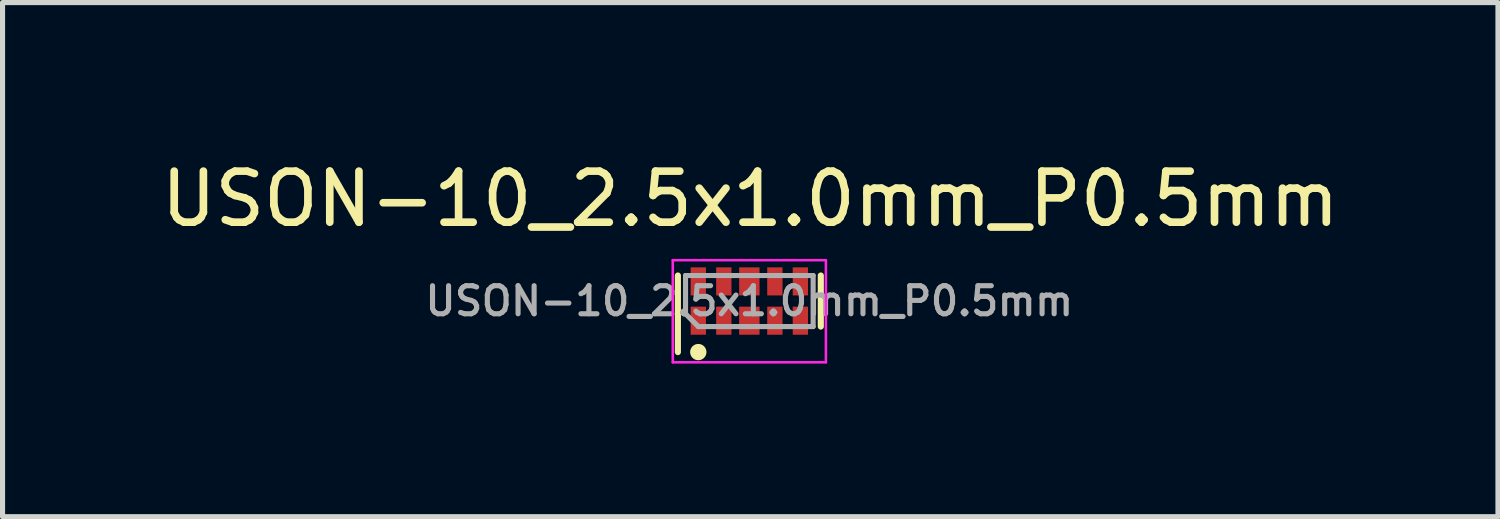
<source format=kicad_pcb>
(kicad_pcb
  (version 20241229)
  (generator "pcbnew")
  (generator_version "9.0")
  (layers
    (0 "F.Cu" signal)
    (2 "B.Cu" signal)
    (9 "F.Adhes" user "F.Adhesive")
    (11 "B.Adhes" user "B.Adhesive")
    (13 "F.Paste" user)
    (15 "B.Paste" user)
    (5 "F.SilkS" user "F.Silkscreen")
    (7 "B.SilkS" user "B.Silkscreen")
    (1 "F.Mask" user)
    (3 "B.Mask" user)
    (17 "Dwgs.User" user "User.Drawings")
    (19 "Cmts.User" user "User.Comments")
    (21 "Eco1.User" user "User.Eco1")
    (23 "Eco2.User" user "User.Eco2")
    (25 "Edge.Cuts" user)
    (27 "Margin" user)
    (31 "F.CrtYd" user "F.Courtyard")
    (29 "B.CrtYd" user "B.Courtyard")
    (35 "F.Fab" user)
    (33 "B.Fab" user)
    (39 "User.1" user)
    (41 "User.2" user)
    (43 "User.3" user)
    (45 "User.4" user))
  (footprint "USON-10_2.5x1.0mm_P0.5mm"
    (layer "F.Cu")
    (at 11.631 2.848)
    (property "Reference" "USON-10_2.5x1.0mm_P0.5mm" (at 0.018 -2 0) (layer "F.SilkS") (effects (font (size 1 1) (thickness 0.15))))
    (attr smd)
    (fp_line (start -1.4 -0.5) (end -1.4 1) (stroke (width 0.12) (type solid)) (layer "F.SilkS"))
    (fp_line (start 1.4 -0.5) (end 1.4 0.5) (stroke (width 0.12) (type solid)) (layer "F.SilkS"))
    (fp_circle (center -1 1) (end -1 0.9) (stroke (width 0.12) (type solid)) (fill yes) (layer "F.SilkS"))
    (fp_line (start -1.5 -0.8) (end 1.5 -0.8) (stroke (width 0.05) (type solid)) (layer "F.CrtYd"))
    (fp_line (start -1.5 1.2) (end -1.5 -0.8) (stroke (width 0.05) (type solid)) (layer "F.CrtYd"))
    (fp_line (start 1.5 -0.8) (end 1.5 1.2) (stroke (width 0.05) (type solid)) (layer "F.CrtYd"))
    (fp_line (start 1.5 1.2) (end -1.5 1.2) (stroke (width 0.05) (type solid)) (layer "F.CrtYd"))
    (fp_line (start -1.25 -0.5) (end -1.25 0.25) (stroke (width 0.1) (type solid)) (layer "F.Fab"))
    (fp_line (start -1.25 -0.5) (end 1.25 -0.5) (stroke (width 0.1) (type solid)) (layer "F.Fab"))
    (fp_line (start -1.25 0.25) (end -1 0.5) (stroke (width 0.1) (type solid)) (layer "F.Fab"))
    (fp_line (start -1 0.5) (end 1.25 0.5) (stroke (width 0.1) (type solid)) (layer "F.Fab"))
    (fp_line (start 1.25 0.5) (end 1.25 -0.5) (stroke (width 0.1) (type solid)) (layer "F.Fab"))
    (fp_text user "${REFERENCE}" (at 0 0 180) (layer "F.Fab") (effects (font (size 0.55 0.55) (thickness 0.1))))
    (pad "1" smd rect (at -1 0.385) (size 0.3 0.55) (layers "F.Cu" "F.Mask" "F.Paste"))
    (pad "2" smd rect (at -0.5 0.385) (size 0.3 0.55) (layers "F.Cu" "F.Mask" "F.Paste"))
    (pad "3" smd rect (at 0 0.385) (size 0.4 0.55) (layers "F.Cu" "F.Mask" "F.Paste"))
    (pad "4" smd rect (at 0.5 0.385) (size 0.3 0.55) (layers "F.Cu" "F.Mask" "F.Paste"))
    (pad "5" smd rect (at 1 0.385) (size 0.3 0.55) (layers "F.Cu" "F.Mask" "F.Paste"))
    (pad "6" smd rect (at 1 -0.385) (size 0.3 0.55) (layers "F.Cu" "F.Mask" "F.Paste"))
    (pad "7" smd rect (at 0.5 -0.385) (size 0.3 0.55) (layers "F.Cu" "F.Mask" "F.Paste"))
    (pad "8" smd rect (at 0 -0.385) (size 0.4 0.55) (layers "F.Cu" "F.Mask" "F.Paste"))
    (pad "9" smd rect (at -0.5 -0.385) (size 0.3 0.55) (layers "F.Cu" "F.Mask" "F.Paste"))
    (pad "10" smd rect (at -1 -0.385) (size 0.3 0.55) (layers "F.Cu" "F.Mask" "F.Paste")))
  (gr_rect
    (start -3 -3)
    (end 26.298 7.073)
    (stroke (width 0.1) (type default))
    (fill no)
    (layer "Edge.Cuts")))
</source>
